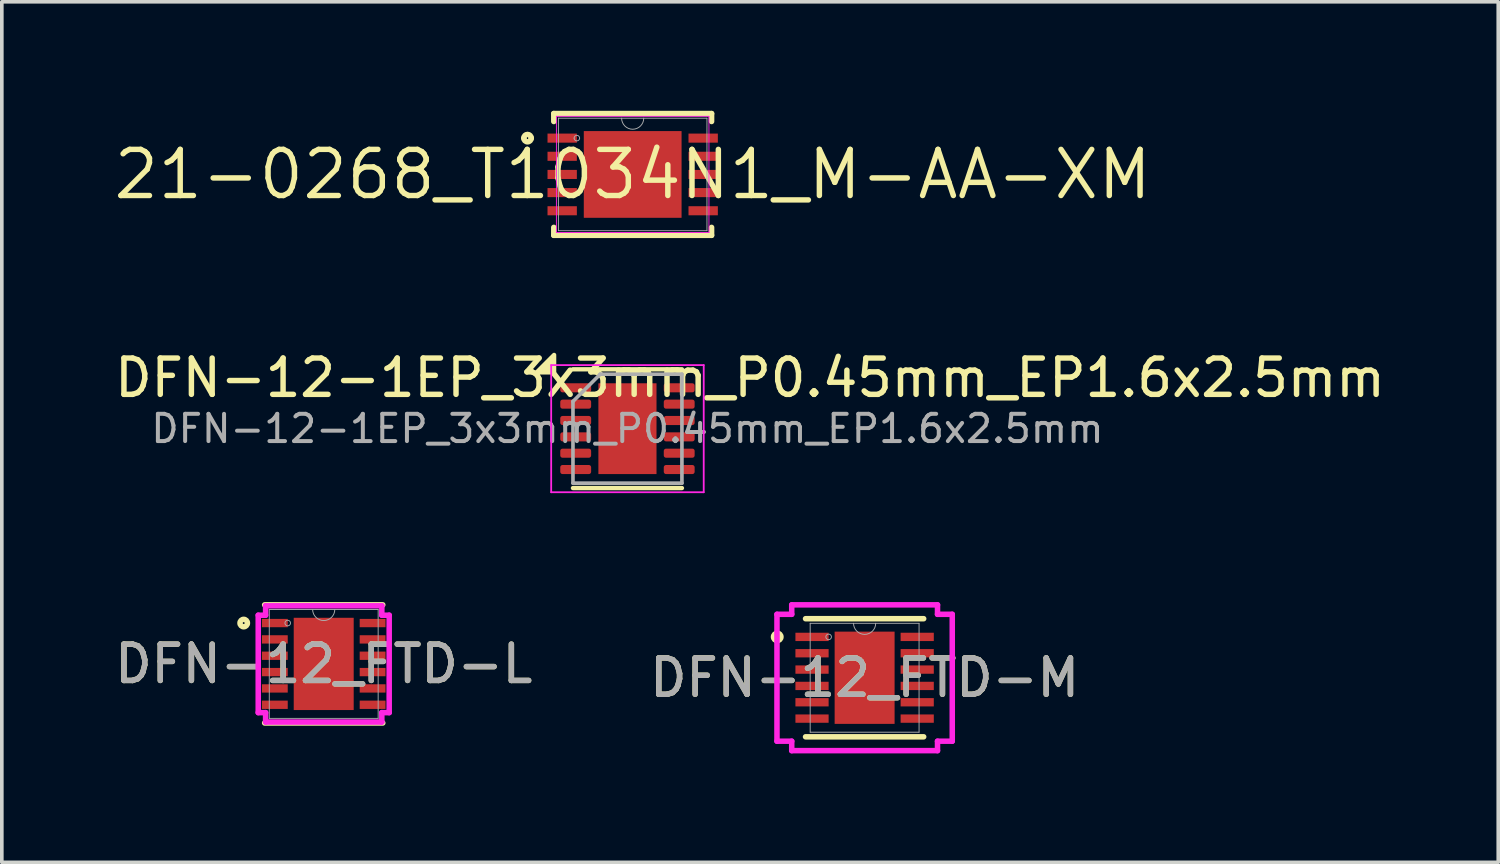
<source format=kicad_pcb>
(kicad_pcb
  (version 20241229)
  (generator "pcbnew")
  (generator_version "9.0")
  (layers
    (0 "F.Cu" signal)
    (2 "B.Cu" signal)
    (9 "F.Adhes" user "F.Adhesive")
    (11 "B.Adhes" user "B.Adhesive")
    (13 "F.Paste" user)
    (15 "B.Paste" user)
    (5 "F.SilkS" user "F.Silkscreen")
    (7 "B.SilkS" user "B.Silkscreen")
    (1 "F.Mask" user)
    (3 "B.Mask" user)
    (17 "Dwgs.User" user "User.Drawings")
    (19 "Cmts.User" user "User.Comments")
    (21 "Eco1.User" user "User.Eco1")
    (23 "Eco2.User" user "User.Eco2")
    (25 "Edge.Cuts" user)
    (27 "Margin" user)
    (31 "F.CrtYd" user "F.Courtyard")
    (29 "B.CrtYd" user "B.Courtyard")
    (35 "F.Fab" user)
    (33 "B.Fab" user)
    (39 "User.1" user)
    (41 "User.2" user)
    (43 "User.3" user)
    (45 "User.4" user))
  (footprint "DFN-12_FTD-L"
    (layer "F.Cu")
    (at 5.863 15.23)
    (property "Reference" "DFN-12_FTD-L" (at 0 0 0) (unlocked yes) (layer "F.SilkS") (effects (font (size 1 1) (thickness 0.15))))
    (attr smd)
    (fp_line (start -1.626 1.626) (end 1.626 1.626) (stroke (width 0.152) (type solid)) (layer "F.SilkS"))
    (fp_line (start 1.626 -1.626) (end -1.626 -1.626) (stroke (width 0.152) (type solid)) (layer "F.SilkS"))
    (fp_circle (center -2.203 -1.125) (end -2.101 -1.125) (stroke (width 0.152) (type solid)) (fill no) (layer "F.SilkS"))
    (fp_poly (pts (xy -0.726 -1.17) (xy -0.726 -0.1) (xy 0.726 -0.1) (xy 0.726 -1.17)) (stroke (width 0) (type solid)) (fill yes) (layer "F.Paste"))
    (fp_poly (pts (xy -0.726 0.1) (xy -0.726 1.17) (xy 0.726 1.17) (xy 0.726 0.1)) (stroke (width 0) (type solid)) (fill yes) (layer "F.Paste"))
    (fp_line (start -1.803 -1.341) (end -1.6 -1.341) (stroke (width 0.152) (type solid)) (layer "F.CrtYd"))
    (fp_line (start -1.803 1.341) (end -1.803 -1.341) (stroke (width 0.152) (type solid)) (layer "F.CrtYd"))
    (fp_line (start -1.803 1.341) (end -1.6 1.341) (stroke (width 0.152) (type solid)) (layer "F.CrtYd"))
    (fp_line (start -1.6 -1.6) (end 1.6 -1.6) (stroke (width 0.152) (type solid)) (layer "F.CrtYd"))
    (fp_line (start -1.6 -1.341) (end -1.6 -1.6) (stroke (width 0.152) (type solid)) (layer "F.CrtYd"))
    (fp_line (start -1.6 1.6) (end -1.6 1.341) (stroke (width 0.152) (type solid)) (layer "F.CrtYd"))
    (fp_line (start 1.6 -1.6) (end 1.6 -1.341) (stroke (width 0.152) (type solid)) (layer "F.CrtYd"))
    (fp_line (start 1.6 1.341) (end 1.6 1.6) (stroke (width 0.152) (type solid)) (layer "F.CrtYd"))
    (fp_line (start 1.6 1.6) (end -1.6 1.6) (stroke (width 0.152) (type solid)) (layer "F.CrtYd"))
    (fp_line (start 1.803 -1.341) (end 1.6 -1.341) (stroke (width 0.152) (type solid)) (layer "F.CrtYd"))
    (fp_line (start 1.803 -1.341) (end 1.803 1.341) (stroke (width 0.152) (type solid)) (layer "F.CrtYd"))
    (fp_line (start 1.803 1.341) (end 1.6 1.341) (stroke (width 0.152) (type solid)) (layer "F.CrtYd"))
    (fp_line (start -1.499 -1.499) (end -1.499 1.499) (stroke (width 0.025) (type solid)) (layer "F.Fab"))
    (fp_line (start -1.499 1.499) (end 1.499 1.499) (stroke (width 0.025) (type solid)) (layer "F.Fab"))
    (fp_line (start 1.499 -1.499) (end -1.499 -1.499) (stroke (width 0.025) (type solid)) (layer "F.Fab"))
    (fp_line (start 1.499 1.499) (end 1.499 -1.499) (stroke (width 0.025) (type solid)) (layer "F.Fab"))
    (fp_arc (start 0.3048 -1.4986) (mid 0 -1.1938) (end -0.3048 -1.4986) (stroke (width 0.0254) (type solid)) (layer "F.Fab"))
    (fp_circle (center -0.991 -1.125) (end -0.914 -1.125) (stroke (width 0.025) (type solid)) (fill no) (layer "F.Fab"))
    (fp_text user "${REFERENCE}" (at 0 0 0) (unlocked yes) (layer "F.Fab") (effects (font (size 1 1) (thickness 0.15))))
    (pad "1" smd rect (at -1.346 -1.125) (size 0.711 0.229) (layers "F.Cu" "F.Mask" "F.Paste"))
    (pad "2" smd rect (at -1.346 -0.675) (size 0.711 0.229) (layers "F.Cu" "F.Mask" "F.Paste"))
    (pad "3" smd rect (at -1.346 -0.225) (size 0.711 0.229) (layers "F.Cu" "F.Mask" "F.Paste"))
    (pad "4" smd rect (at -1.346 0.225) (size 0.711 0.229) (layers "F.Cu" "F.Mask" "F.Paste"))
    (pad "5" smd rect (at -1.346 0.675) (size 0.711 0.229) (layers "F.Cu" "F.Mask" "F.Paste"))
    (pad "6" smd rect (at -1.346 1.125) (size 0.711 0.229) (layers "F.Cu" "F.Mask" "F.Paste"))
    (pad "7" smd rect (at 1.346 1.125) (size 0.711 0.229) (layers "F.Cu" "F.Mask" "F.Paste"))
    (pad "8" smd rect (at 1.346 0.675) (size 0.711 0.229) (layers "F.Cu" "F.Mask" "F.Paste"))
    (pad "9" smd rect (at 1.346 0.225) (size 0.711 0.229) (layers "F.Cu" "F.Mask" "F.Paste"))
    (pad "10" smd rect (at 1.346 -0.225) (size 0.711 0.229) (layers "F.Cu" "F.Mask" "F.Paste"))
    (pad "11" smd rect (at 1.346 -0.675) (size 0.711 0.229) (layers "F.Cu" "F.Mask" "F.Paste"))
    (pad "12" smd rect (at 1.346 -1.125) (size 0.711 0.229) (layers "F.Cu" "F.Mask" "F.Paste"))
    (pad "13" smd rect (at 0 0) (size 1.651 2.54) (layers "F.Cu" "F.Mask" "F.Paste")))
  (footprint "DFN-12-1EP_3x3mm_P0.45mm_EP1.6x2.5mm"
    (layer "F.Cu")
    (at 14.226 8.753)
    (property "Reference" "DFN-12-1EP_3x3mm_P0.45mm_EP1.6x2.5mm" (at 3.375 -1.4 180) (layer "F.SilkS") (effects (font (size 1 1) (thickness 0.15))))
    (attr smd)
    (fp_line (start -1.5 -1.635) (end 1.5 -1.635) (stroke (width 0.12) (type solid)) (layer "F.SilkS"))
    (fp_line (start -1.5 1.635) (end 1.5 1.635) (stroke (width 0.12) (type solid)) (layer "F.SilkS"))
    (fp_poly (pts (xy -2.02 -1.55) (xy -2.5 -1.55) (xy -2.02 -2.03) (xy -2.02 -1.55)) (stroke (width 0.12) (type solid)) (fill yes) (layer "F.SilkS"))
    (fp_line (start -2.1 -1.75) (end -2.1 1.75) (stroke (width 0.05) (type solid)) (layer "F.CrtYd"))
    (fp_line (start -2.1 1.75) (end 2.1 1.75) (stroke (width 0.05) (type solid)) (layer "F.CrtYd"))
    (fp_line (start 2.1 -1.75) (end -2.1 -1.75) (stroke (width 0.05) (type solid)) (layer "F.CrtYd"))
    (fp_line (start 2.1 1.75) (end 2.1 -1.75) (stroke (width 0.05) (type solid)) (layer "F.CrtYd"))
    (fp_line (start -1.5 -0.75) (end -0.75 -1.5) (stroke (width 0.1) (type solid)) (layer "F.Fab"))
    (fp_line (start -1.5 1.5) (end -1.5 -0.75) (stroke (width 0.1) (type solid)) (layer "F.Fab"))
    (fp_line (start -0.75 -1.5) (end 1.5 -1.5) (stroke (width 0.1) (type solid)) (layer "F.Fab"))
    (fp_line (start 1.5 -1.5) (end 1.5 1.5) (stroke (width 0.1) (type solid)) (layer "F.Fab"))
    (fp_line (start 1.5 1.5) (end -1.5 1.5) (stroke (width 0.1) (type solid)) (layer "F.Fab"))
    (fp_text user "${REFERENCE}" (at 0 0 180) (layer "F.Fab") (effects (font (size 0.75 0.75) (thickness 0.11))))
    (pad "" smd roundrect (at -0.4 -0.625) (size 0.64 1.01) (layers "F.Paste") (roundrect_rratio 0.25))
    (pad "" smd roundrect (at -0.4 0.625) (size 0.64 1.01) (layers "F.Paste") (roundrect_rratio 0.25))
    (pad "" smd roundrect (at 0.4 -0.625) (size 0.64 1.01) (layers "F.Paste") (roundrect_rratio 0.25))
    (pad "" smd roundrect (at 0.4 0.625) (size 0.64 1.01) (layers "F.Paste") (roundrect_rratio 0.25))
    (pad "1" smd roundrect (at -1.425 -1.125) (size 0.85 0.25) (layers "F.Cu" "F.Mask" "F.Paste") (roundrect_rratio 0.25))
    (pad "2" smd roundrect (at -1.425 -0.675) (size 0.85 0.25) (layers "F.Cu" "F.Mask" "F.Paste") (roundrect_rratio 0.25))
    (pad "3" smd roundrect (at -1.425 -0.225) (size 0.85 0.25) (layers "F.Cu" "F.Mask" "F.Paste") (roundrect_rratio 0.25))
    (pad "4" smd roundrect (at -1.425 0.225) (size 0.85 0.25) (layers "F.Cu" "F.Mask" "F.Paste") (roundrect_rratio 0.25))
    (pad "5" smd roundrect (at -1.425 0.675) (size 0.85 0.25) (layers "F.Cu" "F.Mask" "F.Paste") (roundrect_rratio 0.25))
    (pad "6" smd roundrect (at -1.425 1.125) (size 0.85 0.25) (layers "F.Cu" "F.Mask" "F.Paste") (roundrect_rratio 0.25))
    (pad "7" smd roundrect (at 1.425 1.125) (size 0.85 0.25) (layers "F.Cu" "F.Mask" "F.Paste") (roundrect_rratio 0.25))
    (pad "8" smd roundrect (at 1.425 0.675) (size 0.85 0.25) (layers "F.Cu" "F.Mask" "F.Paste") (roundrect_rratio 0.25))
    (pad "9" smd roundrect (at 1.425 0.225) (size 0.85 0.25) (layers "F.Cu" "F.Mask" "F.Paste") (roundrect_rratio 0.25))
    (pad "10" smd roundrect (at 1.425 -0.225) (size 0.85 0.25) (layers "F.Cu" "F.Mask" "F.Paste") (roundrect_rratio 0.25))
    (pad "11" smd roundrect (at 1.425 -0.675) (size 0.85 0.25) (layers "F.Cu" "F.Mask" "F.Paste") (roundrect_rratio 0.25))
    (pad "12" smd roundrect (at 1.425 -1.125) (size 0.85 0.25) (layers "F.Cu" "F.Mask" "F.Paste") (roundrect_rratio 0.25))
    (pad "13" smd rect (at 0 0) (size 1.6 2.5) (property pad_prop_heatsink) (layers "F.Cu" "F.Mask")))
  (footprint "21-0268_T1034N1_M-AA-XM"
    (layer "F.Cu")
    (at 14.37 1.753)
    (property "Reference" "21-0268_T1034N1_M-AA-XM" (at 0 0 0) (layer "F.SilkS") (effects (font (size 1.27 1.27) (thickness 0.15))))
    (fp_line (start -2.172 -1.676) (end -2.172 -1.458) (stroke (width 0.152) (type solid)) (layer "F.SilkS"))
    (fp_line (start -2.172 1.458) (end -2.172 1.676) (stroke (width 0.152) (type solid)) (layer "F.SilkS"))
    (fp_line (start -2.172 1.676) (end 2.172 1.676) (stroke (width 0.152) (type solid)) (layer "F.SilkS"))
    (fp_line (start 2.172 -1.676) (end -2.172 -1.676) (stroke (width 0.152) (type solid)) (layer "F.SilkS"))
    (fp_line (start 2.172 -1.458) (end 2.172 -1.676) (stroke (width 0.152) (type solid)) (layer "F.SilkS"))
    (fp_line (start 2.172 1.676) (end 2.172 1.458) (stroke (width 0.152) (type solid)) (layer "F.SilkS"))
    (fp_arc (start -2.9971 -1) (mid -2.8955 -1.1016) (end -2.7939 -1) (stroke (width 0.1524) (type solid)) (layer "F.SilkS"))
    (fp_arc (start -2.7939 -1) (mid -2.8955 -0.8984) (end -2.9971 -1) (stroke (width 0.1524) (type solid)) (layer "F.SilkS"))
    (fp_line (start -2.1 -1.6) (end -2.1 1.6) (stroke (width 0.025) (type solid)) (layer "F.CrtYd"))
    (fp_line (start -2.1 1.6) (end 2.1 1.6) (stroke (width 0.025) (type solid)) (layer "F.CrtYd"))
    (fp_line (start 2.1 -1.6) (end -2.1 -1.6) (stroke (width 0.025) (type solid)) (layer "F.CrtYd"))
    (fp_line (start 2.1 1.6) (end 2.1 -1.6) (stroke (width 0.025) (type solid)) (layer "F.CrtYd"))
    (fp_line (start -2.045 -1.549) (end -2.045 1.549) (stroke (width 0.025) (type solid)) (layer "F.Fab"))
    (fp_line (start -2.045 1.549) (end 2.045 1.549) (stroke (width 0.025) (type solid)) (layer "F.Fab"))
    (fp_line (start 2.045 -1.549) (end -2.045 -1.549) (stroke (width 0.025) (type solid)) (layer "F.Fab"))
    (fp_line (start 2.045 1.549) (end 2.045 -1.549) (stroke (width 0.025) (type solid)) (layer "F.Fab"))
    (fp_arc (start -1.6129 -1) (mid -1.5367 -1.0762) (end -1.4605 -1) (stroke (width 0.0254) (type solid)) (layer "F.Fab"))
    (fp_arc (start -1.4605 -1) (mid -1.5367 -0.9238) (end -1.6129 -1) (stroke (width 0.0254) (type solid)) (layer "F.Fab"))
    (fp_arc (start 0.3048 -1.5494) (mid 0 -1.2446) (end -0.3048 -1.5494) (stroke (width 0.0254) (type solid)) (layer "F.Fab"))
    (pad "1" smd rect (at -1.941 -1) (size 0.808 0.25) (layers "F.Cu" "F.Mask" "F.Paste"))
    (pad "2" smd rect (at -1.941 -0.5) (size 0.808 0.25) (layers "F.Cu" "F.Mask" "F.Paste"))
    (pad "3" smd rect (at -1.941 0) (size 0.808 0.25) (layers "F.Cu" "F.Mask" "F.Paste"))
    (pad "4" smd rect (at -1.941 0.5) (size 0.808 0.25) (layers "F.Cu" "F.Mask" "F.Paste"))
    (pad "5" smd rect (at -1.941 1) (size 0.808 0.25) (layers "F.Cu" "F.Mask" "F.Paste"))
    (pad "6" smd rect (at 1.941 1) (size 0.808 0.25) (layers "F.Cu" "F.Mask" "F.Paste"))
    (pad "7" smd rect (at 1.941 0.5) (size 0.808 0.25) (layers "F.Cu" "F.Mask" "F.Paste"))
    (pad "8" smd rect (at 1.941 0) (size 0.808 0.25) (layers "F.Cu" "F.Mask" "F.Paste"))
    (pad "9" smd rect (at 1.941 -0.5) (size 0.808 0.25) (layers "F.Cu" "F.Mask" "F.Paste"))
    (pad "10" smd rect (at 1.941 -1) (size 0.808 0.25) (layers "F.Cu" "F.Mask" "F.Paste"))
    (pad "11" smd rect (at 0 0) (size 2.692 2.388) (layers "F.Cu" "F.Mask" "F.Paste")))
  (footprint "DFN-12_FTD-M"
    (layer "F.Cu")
    (at 20.756 15.611)
    (property "Reference" "DFN-12_FTD-M" (at 0 0 0) (unlocked yes) (layer "F.SilkS") (effects (font (size 1 1) (thickness 0.15))))
    (attr smd)
    (fp_line (start -1.626 1.626) (end 1.626 1.626) (stroke (width 0.152) (type solid)) (layer "F.SilkS"))
    (fp_line (start 1.626 -1.626) (end -1.626 -1.626) (stroke (width 0.152) (type solid)) (layer "F.SilkS"))
    (fp_circle (center -2.406 -1.125) (end -2.304 -1.125) (stroke (width 0.152) (type solid)) (fill no) (layer "F.SilkS"))
    (fp_poly (pts (xy -0.726 -1.17) (xy -0.726 -0.1) (xy 0.726 -0.1) (xy 0.726 -1.17)) (stroke (width 0) (type solid)) (fill yes) (layer "F.Paste"))
    (fp_poly (pts (xy -0.726 0.1) (xy -0.726 1.17) (xy 0.726 1.17) (xy 0.726 0.1)) (stroke (width 0) (type solid)) (fill yes) (layer "F.Paste"))
    (fp_line (start -2.413 -1.747) (end -2.007 -1.747) (stroke (width 0.152) (type solid)) (layer "F.CrtYd"))
    (fp_line (start -2.413 1.747) (end -2.413 -1.747) (stroke (width 0.152) (type solid)) (layer "F.CrtYd"))
    (fp_line (start -2.413 1.747) (end -2.007 1.747) (stroke (width 0.152) (type solid)) (layer "F.CrtYd"))
    (fp_line (start -2.007 -2.007) (end 2.007 -2.007) (stroke (width 0.152) (type solid)) (layer "F.CrtYd"))
    (fp_line (start -2.007 -1.747) (end -2.007 -2.007) (stroke (width 0.152) (type solid)) (layer "F.CrtYd"))
    (fp_line (start -2.007 2.007) (end -2.007 1.747) (stroke (width 0.152) (type solid)) (layer "F.CrtYd"))
    (fp_line (start 2.007 -2.007) (end 2.007 -1.747) (stroke (width 0.152) (type solid)) (layer "F.CrtYd"))
    (fp_line (start 2.007 1.747) (end 2.007 2.007) (stroke (width 0.152) (type solid)) (layer "F.CrtYd"))
    (fp_line (start 2.007 2.007) (end -2.007 2.007) (stroke (width 0.152) (type solid)) (layer "F.CrtYd"))
    (fp_line (start 2.413 -1.747) (end 2.007 -1.747) (stroke (width 0.152) (type solid)) (layer "F.CrtYd"))
    (fp_line (start 2.413 -1.747) (end 2.413 1.747) (stroke (width 0.152) (type solid)) (layer "F.CrtYd"))
    (fp_line (start 2.413 1.747) (end 2.007 1.747) (stroke (width 0.152) (type solid)) (layer "F.CrtYd"))
    (fp_line (start -1.499 -1.499) (end -1.499 1.499) (stroke (width 0.025) (type solid)) (layer "F.Fab"))
    (fp_line (start -1.499 1.499) (end 1.499 1.499) (stroke (width 0.025) (type solid)) (layer "F.Fab"))
    (fp_line (start 1.499 -1.499) (end -1.499 -1.499) (stroke (width 0.025) (type solid)) (layer "F.Fab"))
    (fp_line (start 1.499 1.499) (end 1.499 -1.499) (stroke (width 0.025) (type solid)) (layer "F.Fab"))
    (fp_arc (start 0.3048 -1.4986) (mid 0 -1.1938) (end -0.3048 -1.4986) (stroke (width 0.0254) (type solid)) (layer "F.Fab"))
    (fp_circle (center -0.991 -1.125) (end -0.914 -1.125) (stroke (width 0.025) (type solid)) (fill no) (layer "F.Fab"))
    (fp_text user "${REFERENCE}" (at 0 0 0) (unlocked yes) (layer "F.Fab") (effects (font (size 1 1) (thickness 0.15))))
    (pad "1" smd rect (at -1.448 -1.125) (size 0.914 0.229) (layers "F.Cu" "F.Mask" "F.Paste"))
    (pad "2" smd rect (at -1.448 -0.675) (size 0.914 0.229) (layers "F.Cu" "F.Mask" "F.Paste"))
    (pad "3" smd rect (at -1.448 -0.225) (size 0.914 0.229) (layers "F.Cu" "F.Mask" "F.Paste"))
    (pad "4" smd rect (at -1.448 0.225) (size 0.914 0.229) (layers "F.Cu" "F.Mask" "F.Paste"))
    (pad "5" smd rect (at -1.448 0.675) (size 0.914 0.229) (layers "F.Cu" "F.Mask" "F.Paste"))
    (pad "6" smd rect (at -1.448 1.125) (size 0.914 0.229) (layers "F.Cu" "F.Mask" "F.Paste"))
    (pad "7" smd rect (at 1.448 1.125) (size 0.914 0.229) (layers "F.Cu" "F.Mask" "F.Paste"))
    (pad "8" smd rect (at 1.448 0.675) (size 0.914 0.229) (layers "F.Cu" "F.Mask" "F.Paste"))
    (pad "9" smd rect (at 1.448 0.225) (size 0.914 0.229) (layers "F.Cu" "F.Mask" "F.Paste"))
    (pad "10" smd rect (at 1.448 -0.225) (size 0.914 0.229) (layers "F.Cu" "F.Mask" "F.Paste"))
    (pad "11" smd rect (at 1.448 -0.675) (size 0.914 0.229) (layers "F.Cu" "F.Mask" "F.Paste"))
    (pad "12" smd rect (at 1.448 -1.125) (size 0.914 0.229) (layers "F.Cu" "F.Mask" "F.Paste"))
    (pad "13" smd rect (at 0 0) (size 1.651 2.54) (layers "F.Cu" "F.Mask" "F.Paste")))
  (gr_rect
    (start -3 -3)
    (end 38.202 20.694)
    (stroke (width 0.1) (type default))
    (fill no)
    (layer "Edge.Cuts")))
</source>
